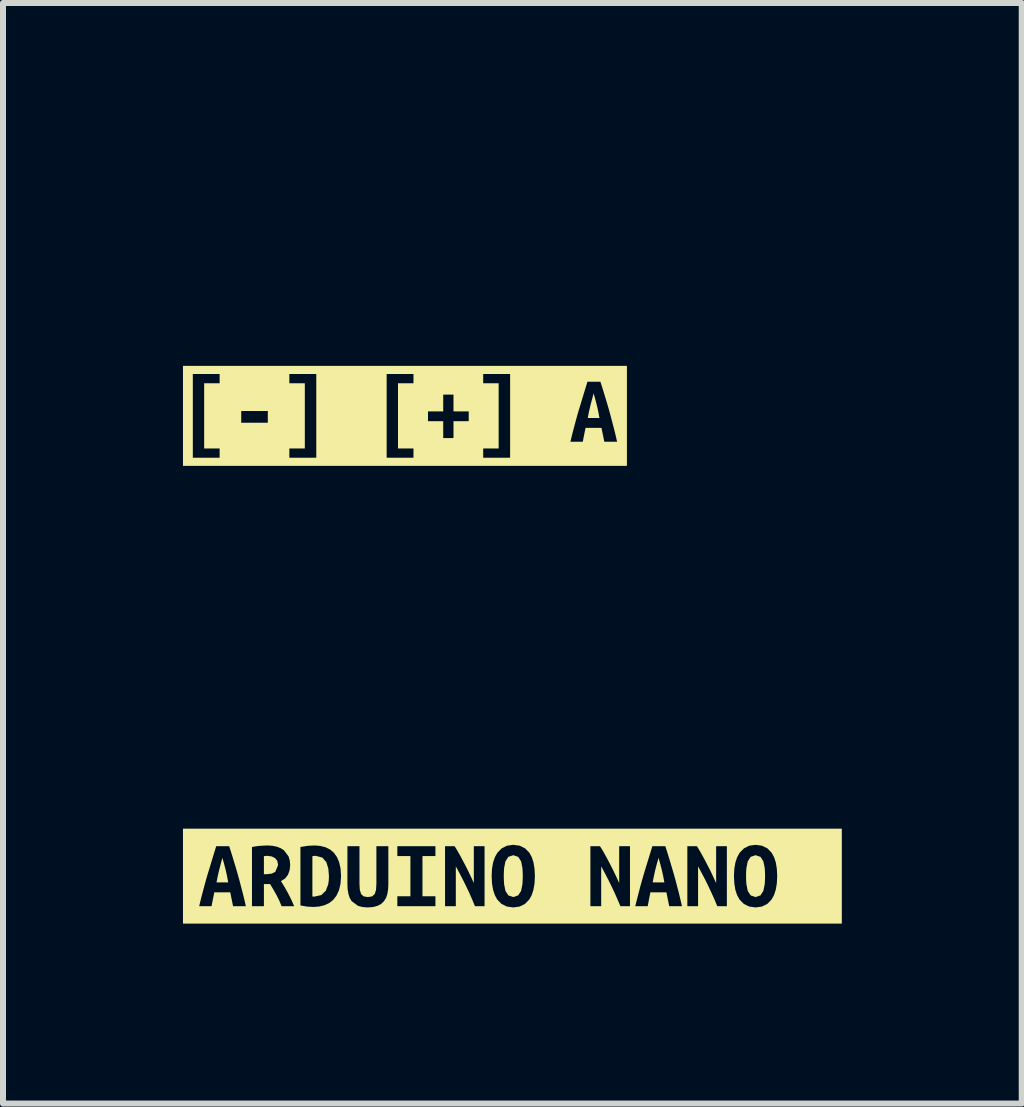
<source format=kicad_pcb>
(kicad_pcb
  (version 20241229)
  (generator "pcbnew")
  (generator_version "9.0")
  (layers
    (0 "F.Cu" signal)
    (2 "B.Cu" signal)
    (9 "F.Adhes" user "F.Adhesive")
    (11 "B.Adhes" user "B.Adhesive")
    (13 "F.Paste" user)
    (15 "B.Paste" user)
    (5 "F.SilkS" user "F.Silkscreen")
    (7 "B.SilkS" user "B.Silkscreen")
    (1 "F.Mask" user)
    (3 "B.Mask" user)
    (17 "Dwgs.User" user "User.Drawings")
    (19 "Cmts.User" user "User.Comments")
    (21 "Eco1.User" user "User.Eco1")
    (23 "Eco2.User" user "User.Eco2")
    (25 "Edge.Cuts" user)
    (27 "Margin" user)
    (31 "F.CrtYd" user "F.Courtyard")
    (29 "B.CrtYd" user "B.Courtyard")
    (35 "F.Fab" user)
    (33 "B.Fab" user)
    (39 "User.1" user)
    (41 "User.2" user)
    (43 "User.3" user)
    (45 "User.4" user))
  (footprint "kibuzzard-67AA2F3D"
    (layer "F.Cu")
    (at 3.7 3.882)
    (property "Reference" "kibuzzard-67AA2F3D" (at 0 -3.881 0) (layer "F.SilkS") (effects (font (size 0.001 0.001) (thickness 0.15))))
    (attr board_only exclude_from_pos_files exclude_from_bom)
    (fp_poly (pts (xy 3.145 -0.375) (xy 3.116 -0.267) (xy 3.09 -0.167) (xy 3.067 -0.068) (xy 3.047 0.036) (xy 3.242 0.036) (xy 3.223 -0.068) (xy 3.201 -0.167) (xy 3.175 -0.267) (xy 3.145 -0.375)) (stroke (width 0) (type solid)) (fill yes) (layer "F.SilkS"))
    (fp_poly (pts (xy -3.7 -0.833) (xy -3.7 -0.833) (xy -3.7 0.833) (xy -3.7 0.833) (xy -3.089 0.833) (xy -3.089 0.698) (xy -3.536 0.698) (xy -3.536 -0.698) (xy -3.089 -0.698) (xy -3.089 -0.543) (xy -3.347 -0.543) (xy -3.347 0.543) (xy -3.089 0.543) (xy -3.089 0.698) (xy -3.089 0.833) (xy -2.286 0.833) (xy -2.286 0.115) (xy -2.729 0.115) (xy -2.729 -0.081) (xy -2.286 -0.081) (xy -2.286 0.115) (xy -2.286 0.833) (xy -1.478 0.833) (xy -1.478 0.698) (xy -1.927 0.698) (xy -1.927 0.543) (xy -1.669 0.543) (xy -1.669 -0.543) (xy -1.927 -0.543) (xy -1.927 -0.698) (xy -1.478 -0.698) (xy -1.478 0.698) (xy -1.478 0.833) (xy 0.142 0.833) (xy 0.142 0.698) (xy -0.305 0.698) (xy -0.305 -0.698) (xy 0.142 -0.698) (xy 0.142 -0.543) (xy -0.116 -0.543) (xy -0.116 0.543) (xy 0.142 0.543) (xy 0.142 0.698) (xy 0.142 0.833) (xy 0.809 0.833) (xy 0.809 0.37) (xy 0.638 0.37) (xy 0.638 0.089) (xy 0.384 0.089) (xy 0.384 -0.074) (xy 0.638 -0.074) (xy 0.638 -0.355) (xy 0.809 -0.355) (xy 0.809 -0.074) (xy 1.063 -0.074) (xy 1.063 0.089) (xy 0.809 0.089) (xy 0.809 0.37) (xy 0.809 0.833) (xy 1.753 0.833) (xy 1.753 0.698) (xy 1.304 0.698) (xy 1.304 0.543) (xy 1.562 0.543) (xy 1.562 -0.543) (xy 1.304 -0.543) (xy 1.304 -0.698) (xy 1.753 -0.698) (xy 1.753 0.698) (xy 1.753 0.833) (xy 3.323 0.833) (xy 3.323 0.431) (xy 3.276 0.2) (xy 3.01 0.2) (xy 2.964 0.431) (xy 2.758 0.431) (xy 2.786 0.315) (xy 2.815 0.203) (xy 2.844 0.095) (xy 2.872 -0.008) (xy 2.901 -0.107) (xy 2.938 -0.227) (xy 2.973 -0.344) (xy 3.008 -0.458) (xy 3.042 -0.569) (xy 3.258 -0.569) (xy 3.294 -0.457) (xy 3.329 -0.342) (xy 3.365 -0.224) (xy 3.4 -0.103) (xy 3.428 -0.002) (xy 3.455 0.101) (xy 3.483 0.208) (xy 3.51 0.318) (xy 3.536 0.431) (xy 3.323 0.431) (xy 3.323 0.833) (xy 3.7 0.833) (xy 3.7 0.833) (xy 3.7 -0.833) (xy 3.7 -0.833) (xy -3.7 -0.833)) (stroke (width 0) (type solid)) (fill yes) (layer "F.SilkS")))
  (footprint "kibuzzard-67ACFF51"
    (layer "F.Cu")
    (at 5.491 11.554)
    (property "Reference" "kibuzzard-67ACFF51" (at 0 -3.839 0) (layer "F.SilkS") (effects (font (size 0.001 0.001) (thickness 0.15))))
    (attr board_only exclude_from_pos_files exclude_from_bom)
    (fp_poly (pts (xy -4.834 -0.305) (xy -4.863 -0.198) (xy -4.889 -0.098) (xy -4.912 0.002) (xy -4.932 0.105) (xy -4.737 0.105) (xy -4.756 0.002) (xy -4.778 -0.098) (xy -4.804 -0.198) (xy -4.834 -0.305)) (stroke (width 0) (type solid)) (fill yes) (layer "F.SilkS"))
    (fp_poly (pts (xy 2.436 -0.305) (xy 2.406 -0.198) (xy 2.38 -0.098) (xy 2.358 0.002) (xy 2.338 0.105) (xy 2.533 0.105) (xy 2.514 0.002) (xy 2.492 -0.098) (xy 2.466 -0.198) (xy 2.436 -0.305)) (stroke (width 0) (type solid)) (fill yes) (layer "F.SilkS"))
    (fp_poly (pts (xy -3.906 -0.184) (xy -3.918 -0.253) (xy -3.955 -0.3) (xy -4.011 -0.328) (xy -4.082 -0.338) (xy -4.11 -0.337) (xy -4.142 -0.333) (xy -4.142 -0.032) (xy -4.099 -0.032) (xy -4.011 -0.042) (xy -3.952 -0.072) (xy -3.906 -0.184)) (stroke (width 0) (type solid)) (fill yes) (layer "F.SilkS"))
    (fp_poly (pts (xy -3.334 0.339) (xy -3.317 0.341) (xy -3.299 0.341) (xy -3.185 0.315) (xy -3.111 0.244) (xy -3.07 0.137) (xy -3.061 0.071) (xy -3.058 0) (xy -3.068 -0.126) (xy -3.102 -0.234) (xy -3.168 -0.309) (xy -3.276 -0.338) (xy -3.305 -0.337) (xy -3.334 -0.333) (xy -3.334 0.339)) (stroke (width 0) (type solid)) (fill yes) (layer "F.SilkS"))
    (fp_poly (pts (xy -0.144 0) (xy -0.142 0.07) (xy -0.138 0.137) (xy -0.116 0.247) (xy -0.068 0.321) (xy 0.015 0.349) (xy 0.096 0.321) (xy 0.145 0.246) (xy 0.167 0.136) (xy 0.171 0.07) (xy 0.173 0) (xy 0.171 -0.07) (xy 0.167 -0.137) (xy 0.145 -0.247) (xy 0.097 -0.321) (xy 0.015 -0.349) (xy -0.068 -0.321) (xy -0.116 -0.246) (xy -0.138 -0.136) (xy -0.142 -0.07) (xy -0.144 0)) (stroke (width 0) (type solid)) (fill yes) (layer "F.SilkS"))
    (fp_poly (pts (xy 3.895 0) (xy 3.896 0.07) (xy 3.901 0.137) (xy 3.923 0.247) (xy 3.971 0.321) (xy 4.053 0.349) (xy 4.135 0.321) (xy 4.183 0.246) (xy 4.206 0.136) (xy 4.21 0.07) (xy 4.212 0) (xy 4.21 -0.07) (xy 4.206 -0.137) (xy 4.183 -0.247) (xy 4.136 -0.321) (xy 4.053 -0.349) (xy 3.971 -0.321) (xy 3.923 -0.246) (xy 3.901 -0.136) (xy 3.896 -0.07) (xy 3.895 0)) (stroke (width 0) (type solid)) (fill yes) (layer "F.SilkS"))
    (fp_poly (pts (xy -5.221 -0.791) (xy -5.491 -0.791) (xy -5.491 0.791) (xy -5.221 0.791) (xy -4.656 0.791) (xy -4.656 0.501) (xy -4.703 0.27) (xy -4.969 0.27) (xy -5.015 0.501) (xy -5.221 0.501) (xy -5.193 0.385) (xy -5.164 0.273) (xy -5.135 0.165) (xy -5.107 0.061) (xy -5.078 -0.038) (xy -5.041 -0.158) (xy -5.006 -0.275) (xy -4.971 -0.389) (xy -4.937 -0.499) (xy -4.721 -0.499) (xy -4.685 -0.388) (xy -4.65 -0.273) (xy -4.614 -0.155) (xy -4.579 -0.033) (xy -4.551 0.067) (xy -4.524 0.171) (xy -4.496 0.277) (xy -4.469 0.387) (xy -4.443 0.501) (xy -4.656 0.501) (xy -4.656 0.791) (xy -3.638 0.791) (xy -3.638 0.501) (xy -3.847 0.501) (xy -3.887 0.406) (xy -3.933 0.314) (xy -3.984 0.224) (xy -4.039 0.132) (xy -4.142 0.132) (xy -4.142 0.501) (xy -4.341 0.501) (xy -4.341 -0.485) (xy -4.277 -0.497) (xy -4.207 -0.505) (xy -4.139 -0.509) (xy -4.082 -0.511) (xy -4.001 -0.506) (xy -3.927 -0.491) (xy -3.863 -0.466) (xy -3.808 -0.431) (xy -3.731 -0.329) (xy -3.711 -0.261) (xy -3.704 -0.183) (xy -3.713 -0.099) (xy -3.74 -0.024) (xy -3.787 0.038) (xy -3.858 0.084) (xy -3.8 0.177) (xy -3.74 0.284) (xy -3.684 0.395) (xy -3.638 0.501) (xy -3.638 0.791) (xy -3.32 0.791) (xy -3.32 0.514) (xy -3.424 0.508) (xy -3.533 0.489) (xy -3.533 -0.486) (xy -3.405 -0.506) (xy -3.294 -0.511) (xy -3.2 -0.503) (xy -3.114 -0.481) (xy -3.039 -0.444) (xy -2.976 -0.39) (xy -2.925 -0.319) (xy -2.888 -0.232) (xy -2.864 -0.126) (xy -2.856 0) (xy -2.865 0.129) (xy -2.891 0.237) (xy -2.932 0.325) (xy -2.987 0.396) (xy -3.054 0.449) (xy -3.133 0.485) (xy -3.222 0.507) (xy -3.32 0.514) (xy -3.32 0.791) (xy -2.412 0.791) (xy -2.412 0.522) (xy -2.501 0.515) (xy -2.574 0.495) (xy -2.679 0.418) (xy -2.712 0.363) (xy -2.733 0.297) (xy -2.746 0.222) (xy -2.75 0.139) (xy -2.75 -0.499) (xy -2.549 -0.499) (xy -2.549 0.126) (xy -2.543 0.232) (xy -2.521 0.3) (xy -2.478 0.338) (xy -2.409 0.349) (xy -2.339 0.338) (xy -2.296 0.3) (xy -2.273 0.23) (xy -2.267 0.124) (xy -2.267 -0.499) (xy -2.068 -0.499) (xy -2.068 0.139) (xy -2.072 0.222) (xy -2.084 0.297) (xy -2.106 0.363) (xy -2.141 0.418) (xy -2.187 0.463) (xy -2.247 0.495) (xy -2.321 0.515) (xy -2.412 0.522) (xy -2.412 0.791) (xy -1.918 0.791) (xy -1.918 0.501) (xy -1.918 0.336) (xy -1.7 0.336) (xy -1.7 -0.334) (xy -1.918 -0.334) (xy -1.918 -0.499) (xy -1.283 -0.499) (xy -1.283 -0.334) (xy -1.499 -0.334) (xy -1.499 0.336) (xy -1.283 0.336) (xy -1.283 0.501) (xy -1.918 0.501) (xy -1.918 0.791) (xy -0.624 0.791) (xy -0.624 0.501) (xy -0.67 0.39) (xy -0.719 0.279) (xy -0.771 0.169) (xy -0.826 0.058) (xy -0.883 -0.052) (xy -0.943 -0.163) (xy -0.943 0.501) (xy -1.123 0.501) (xy -1.123 -0.499) (xy -0.963 -0.499) (xy -0.918 -0.425) (xy -0.872 -0.345) (xy -0.828 -0.262) (xy -0.784 -0.179) (xy -0.743 -0.098) (xy -0.705 -0.019) (xy -0.671 0.053) (xy -0.643 0.116) (xy -0.643 -0.499) (xy -0.464 -0.499) (xy -0.464 0.501) (xy -0.624 0.501) (xy -0.624 0.791) (xy 0.016 0.791) (xy 0.016 0.522) (xy -0.092 0.507) (xy -0.182 0.463) (xy -0.253 0.39) (xy -0.293 0.316) (xy -0.322 0.227) (xy -0.34 0.121) (xy -0.346 0) (xy -0.34 -0.121) (xy -0.322 -0.227) (xy -0.292 -0.316) (xy -0.25 -0.39) (xy -0.179 -0.463) (xy -0.09 -0.507) (xy 0.015 -0.522) (xy 0.123 -0.507) (xy 0.212 -0.463) (xy 0.283 -0.39) (xy 0.323 -0.316) (xy 0.352 -0.227) (xy 0.369 -0.121) (xy 0.375 0) (xy 0.369 0.121) (xy 0.351 0.227) (xy 0.322 0.316) (xy 0.281 0.39) (xy 0.21 0.463) (xy 0.122 0.507) (xy 0.016 0.522) (xy 0.016 0.791) (xy 1.8 0.791) (xy 1.8 0.501) (xy 1.753 0.39) (xy 1.704 0.279) (xy 1.652 0.169) (xy 1.597 0.058) (xy 1.54 -0.052) (xy 1.48 -0.163) (xy 1.48 0.501) (xy 1.3 0.501) (xy 1.3 -0.499) (xy 1.46 -0.499) (xy 1.506 -0.425) (xy 1.551 -0.345) (xy 1.596 -0.262) (xy 1.639 -0.179) (xy 1.68 -0.098) (xy 1.718 -0.019) (xy 1.752 0.053) (xy 1.78 0.116) (xy 1.78 -0.499) (xy 1.96 -0.499) (xy 1.96 0.501) (xy 1.8 0.501) (xy 1.8 0.791) (xy 2.614 0.791) (xy 2.614 0.501) (xy 2.567 0.27) (xy 2.3 0.27) (xy 2.255 0.501) (xy 2.048 0.501) (xy 2.077 0.385) (xy 2.106 0.273) (xy 2.134 0.165) (xy 2.163 0.061) (xy 2.192 -0.038) (xy 2.228 -0.158) (xy 2.264 -0.275) (xy 2.299 -0.389) (xy 2.333 -0.499) (xy 2.549 -0.499) (xy 2.585 -0.388) (xy 2.62 -0.273) (xy 2.655 -0.155) (xy 2.691 -0.033) (xy 2.719 0.067) (xy 2.746 0.171) (xy 2.774 0.277) (xy 2.8 0.387) (xy 2.827 0.501) (xy 2.614 0.501) (xy 2.614 0.791) (xy 3.415 0.791) (xy 3.415 0.501) (xy 3.369 0.39) (xy 3.319 0.279) (xy 3.267 0.169) (xy 3.213 0.058) (xy 3.155 -0.052) (xy 3.095 -0.163) (xy 3.095 0.501) (xy 2.916 0.501) (xy 2.916 -0.499) (xy 3.076 -0.499) (xy 3.121 -0.425) (xy 3.166 -0.345) (xy 3.211 -0.262) (xy 3.254 -0.179) (xy 3.296 -0.098) (xy 3.334 -0.019) (xy 3.367 0.053) (xy 3.396 0.116) (xy 3.396 -0.499) (xy 3.575 -0.499) (xy 3.575 0.501) (xy 3.415 0.501) (xy 3.415 0.791) (xy 4.055 0.791) (xy 4.055 0.522) (xy 3.947 0.507) (xy 3.857 0.463) (xy 3.786 0.39) (xy 3.745 0.316) (xy 3.716 0.227) (xy 3.699 0.121) (xy 3.693 0) (xy 3.699 -0.121) (xy 3.717 -0.227) (xy 3.747 -0.316) (xy 3.788 -0.39) (xy 3.86 -0.463) (xy 3.948 -0.507) (xy 4.053 -0.522) (xy 4.161 -0.507) (xy 4.251 -0.463) (xy 4.321 -0.39) (xy 4.362 -0.316) (xy 4.391 -0.227) (xy 4.408 -0.121) (xy 4.414 0) (xy 4.408 0.121) (xy 4.39 0.227) (xy 4.361 0.316) (xy 4.32 0.39) (xy 4.249 0.463) (xy 4.16 0.507) (xy 4.055 0.522) (xy 4.055 0.791) (xy 4.414 0.791) (xy 5.491 0.791) (xy 5.491 -0.791) (xy 4.414 -0.791) (xy -5.221 -0.791)) (stroke (width 0) (type solid)) (fill yes) (layer "F.SilkS")))
  (gr_rect
    (start -3 -3)
    (end 13.981 15.345)
    (stroke (width 0.1) (type default))
    (fill no)
    (layer "Edge.Cuts")))
</source>
